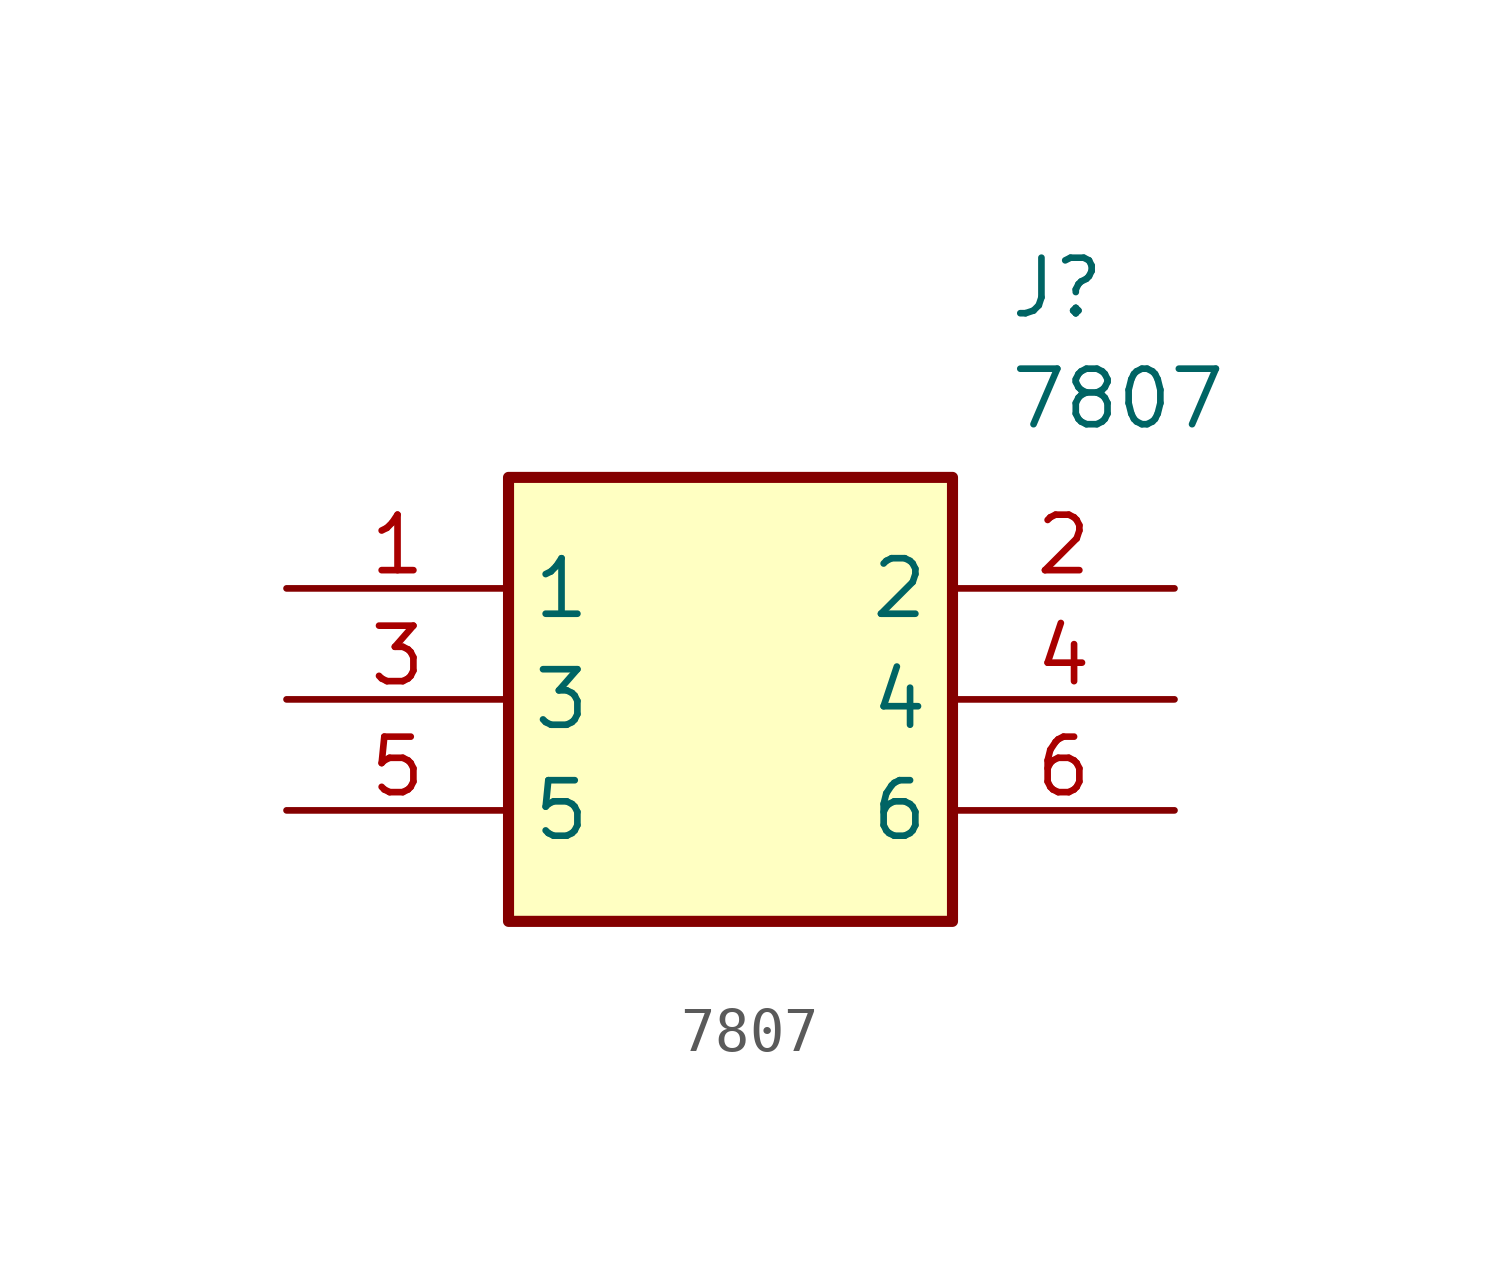
<source format=kicad_sym>
(kicad_symbol_lib
  (version 20211014)
  (generator SamacSys_ECAD_Model)
  (symbol "7807"
    (property "Reference" "J"
      (at 16.51 7.62 0)
      (effects (font (size 1.27 1.27)) (justify left top)))
    (property "Value" "7807"
      (at 16.51 5.08 0)
      (effects (font (size 1.27 1.27)) (justify left top)))
    (rectangle
      (start 5.08 2.54)
      (end 15.24 -7.62)
      (stroke (width 0.254) (type default))
      (fill (type background)))
    (pin passive line
      (at 0 0 0)
      (length 5.08)
      (name "1" (effects (font (size 1.27 1.27))))
      (number "1" (effects (font (size 1.27 1.27)))))
    (pin passive line
      (at 20.32 0 180)
      (length 5.08)
      (name "2" (effects (font (size 1.27 1.27))))
      (number "2" (effects (font (size 1.27 1.27)))))
    (pin passive line
      (at 0 -2.54 0)
      (length 5.08)
      (name "3" (effects (font (size 1.27 1.27))))
      (number "3" (effects (font (size 1.27 1.27)))))
    (pin passive line
      (at 20.32 -2.54 180)
      (length 5.08)
      (name "4" (effects (font (size 1.27 1.27))))
      (number "4" (effects (font (size 1.27 1.27)))))
    (pin passive line
      (at 0 -5.08 0)
      (length 5.08)
      (name "5" (effects (font (size 1.27 1.27))))
      (number "5" (effects (font (size 1.27 1.27)))))
    (pin passive line
      (at 20.32 -5.08 180)
      (length 5.08)
      (name "6" (effects (font (size 1.27 1.27))))
      (number "6" (effects (font (size 1.27 1.27)))))))
</source>
